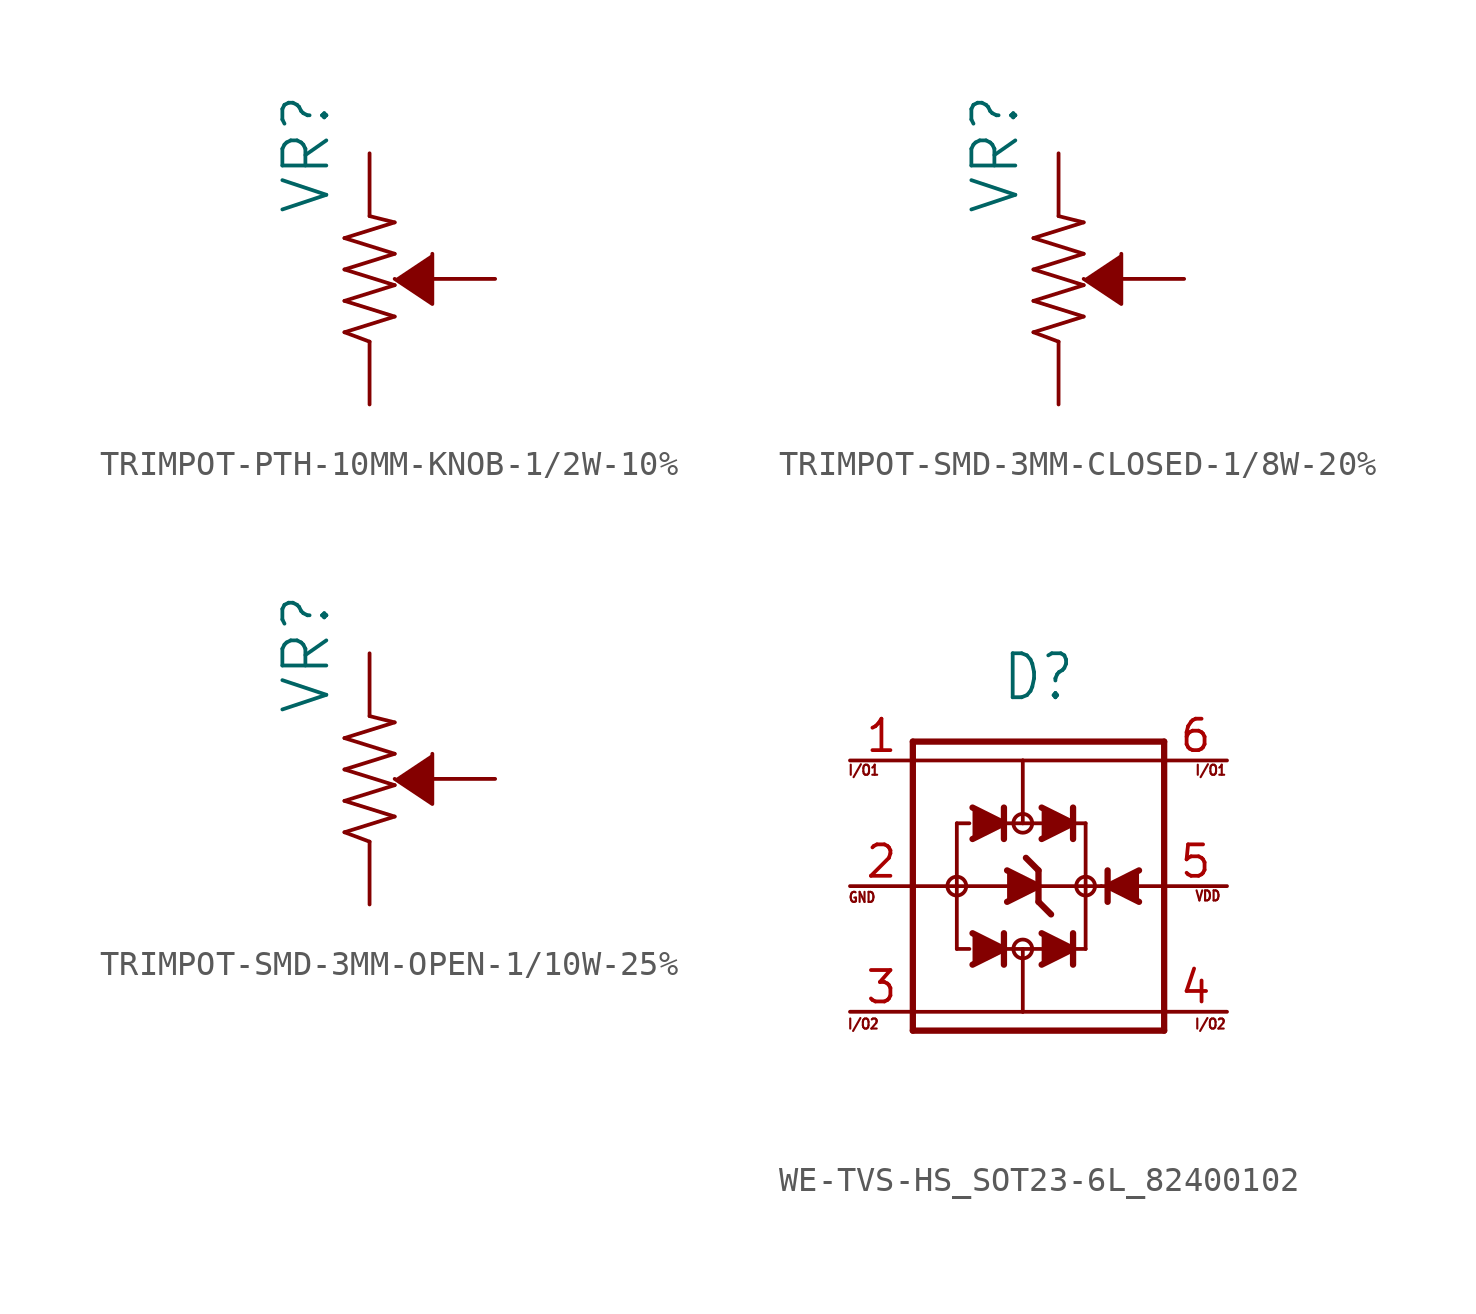
<source format=kicad_sym>
(kicad_symbol_lib
  (version 20220914)
  (generator kicad_symbol_editor)
  (symbol "TRIMPOT-PTH-10MM-KNOB-1/2W-10%"
    (property "Reference" "VR"
      (at -1.524 2.54 90)
      (effects (font (size 1.778 1.778)) (justify left bottom)))
    (property "Value" ""
      (at 1.524 2.54 90)
      (effects (font (size 1.778 1.778)) (justify left top)))
    (property "ki_locked" ""
      (at 0 0 0)
      (effects (font (size 1.27 1.27))))
    (symbol "TRIMPOT-PTH-10MM-KNOB-1/2W-10%_1_0"
      (polyline (pts (xy -1.016 -2.159) (xy 1.016 -1.524)) (stroke (width 0.152) (type solid)) (fill (type none)))
      (polyline (pts (xy -1.016 -0.889) (xy 1.016 -0.254)) (stroke (width 0.152) (type solid)) (fill (type none)))
      (polyline (pts (xy -1.016 0.381) (xy 1.016 1.016)) (stroke (width 0.152) (type solid)) (fill (type none)))
      (polyline (pts (xy -1.016 1.651) (xy 1.016 2.286)) (stroke (width 0.152) (type solid)) (fill (type none)))
      (polyline (pts (xy 0 -2.54) (xy -1.016 -2.159)) (stroke (width 0.152) (type solid)) (fill (type none)))
      (polyline (pts (xy 1.016 -1.524) (xy -1.016 -0.889)) (stroke (width 0.152) (type solid)) (fill (type none)))
      (polyline (pts (xy 1.016 -0.254) (xy -1.016 0.381)) (stroke (width 0.152) (type solid)) (fill (type none)))
      (polyline (pts (xy 1.016 1.016) (xy -1.016 1.651)) (stroke (width 0.152) (type solid)) (fill (type none)))
      (polyline (pts (xy 1.016 2.286) (xy 0 2.54)) (stroke (width 0.152) (type solid)) (fill (type none)))
      (polyline (pts (xy 1.016 0) (xy 2.54 -1.016) (xy 2.54 1.016)) (stroke (width 0.152) (type solid)) (fill (type outline)))
      (pin passive line (at 0 5.08 270) (length 2.54) (name "CCW" (effects (font (size 0 0)))) (number "1" (effects (font (size 0 0)))))
      (pin passive line (at 5.08 0 180) (length 2.54) (name "WIPER" (effects (font (size 0 0)))) (number "2" (effects (font (size 0 0)))))
      (pin passive line (at 0 -5.08 90) (length 2.54) (name "CW" (effects (font (size 0 0)))) (number "3" (effects (font (size 0 0)))))))
  (symbol "TRIMPOT-SMD-3MM-CLOSED-1/8W-20%"
    (property "Reference" "VR"
      (at -1.524 2.54 90)
      (effects (font (size 1.778 1.778)) (justify left bottom)))
    (property "Value" ""
      (at 1.524 2.54 90)
      (effects (font (size 1.778 1.778)) (justify left top)))
    (property "ki_locked" ""
      (at 0 0 0)
      (effects (font (size 1.27 1.27))))
    (symbol "TRIMPOT-SMD-3MM-CLOSED-1/8W-20%_1_0"
      (polyline (pts (xy -1.016 -2.159) (xy 1.016 -1.524)) (stroke (width 0.152) (type solid)) (fill (type none)))
      (polyline (pts (xy -1.016 -0.889) (xy 1.016 -0.254)) (stroke (width 0.152) (type solid)) (fill (type none)))
      (polyline (pts (xy -1.016 0.381) (xy 1.016 1.016)) (stroke (width 0.152) (type solid)) (fill (type none)))
      (polyline (pts (xy -1.016 1.651) (xy 1.016 2.286)) (stroke (width 0.152) (type solid)) (fill (type none)))
      (polyline (pts (xy 0 -2.54) (xy -1.016 -2.159)) (stroke (width 0.152) (type solid)) (fill (type none)))
      (polyline (pts (xy 1.016 -1.524) (xy -1.016 -0.889)) (stroke (width 0.152) (type solid)) (fill (type none)))
      (polyline (pts (xy 1.016 -0.254) (xy -1.016 0.381)) (stroke (width 0.152) (type solid)) (fill (type none)))
      (polyline (pts (xy 1.016 1.016) (xy -1.016 1.651)) (stroke (width 0.152) (type solid)) (fill (type none)))
      (polyline (pts (xy 1.016 2.286) (xy 0 2.54)) (stroke (width 0.152) (type solid)) (fill (type none)))
      (polyline (pts (xy 1.016 0) (xy 2.54 -1.016) (xy 2.54 1.016)) (stroke (width 0.152) (type solid)) (fill (type outline)))
      (pin passive line (at 0 5.08 270) (length 2.54) (name "CCW" (effects (font (size 0 0)))) (number "1" (effects (font (size 0 0)))))
      (pin passive line (at 5.08 0 180) (length 2.54) (name "WIPER" (effects (font (size 0 0)))) (number "2" (effects (font (size 0 0)))))
      (pin passive line (at 0 -5.08 90) (length 2.54) (name "CW" (effects (font (size 0 0)))) (number "3" (effects (font (size 0 0)))))))
  (symbol "TRIMPOT-SMD-3MM-OPEN-1/10W-25%"
    (property "Reference" "VR"
      (at -1.524 2.54 90)
      (effects (font (size 1.778 1.778)) (justify left bottom)))
    (property "Value" ""
      (at 1.524 2.54 90)
      (effects (font (size 1.778 1.778)) (justify left top)))
    (property "ki_locked" ""
      (at 0 0 0)
      (effects (font (size 1.27 1.27))))
    (symbol "TRIMPOT-SMD-3MM-OPEN-1/10W-25%_1_0"
      (polyline (pts (xy -1.016 -2.159) (xy 1.016 -1.524)) (stroke (width 0.152) (type solid)) (fill (type none)))
      (polyline (pts (xy -1.016 -0.889) (xy 1.016 -0.254)) (stroke (width 0.152) (type solid)) (fill (type none)))
      (polyline (pts (xy -1.016 0.381) (xy 1.016 1.016)) (stroke (width 0.152) (type solid)) (fill (type none)))
      (polyline (pts (xy -1.016 1.651) (xy 1.016 2.286)) (stroke (width 0.152) (type solid)) (fill (type none)))
      (polyline (pts (xy 0 -2.54) (xy -1.016 -2.159)) (stroke (width 0.152) (type solid)) (fill (type none)))
      (polyline (pts (xy 1.016 -1.524) (xy -1.016 -0.889)) (stroke (width 0.152) (type solid)) (fill (type none)))
      (polyline (pts (xy 1.016 -0.254) (xy -1.016 0.381)) (stroke (width 0.152) (type solid)) (fill (type none)))
      (polyline (pts (xy 1.016 1.016) (xy -1.016 1.651)) (stroke (width 0.152) (type solid)) (fill (type none)))
      (polyline (pts (xy 1.016 2.286) (xy 0 2.54)) (stroke (width 0.152) (type solid)) (fill (type none)))
      (polyline (pts (xy 1.016 0) (xy 2.54 -1.016) (xy 2.54 1.016)) (stroke (width 0.152) (type solid)) (fill (type outline)))
      (pin passive line (at 0 -5.08 90) (length 2.54) (name "CW" (effects (font (size 0 0)))) (number "1" (effects (font (size 0 0)))))
      (pin passive line (at 5.08 0 180) (length 2.54) (name "WIPER" (effects (font (size 0 0)))) (number "2" (effects (font (size 0 0)))))
      (pin passive line (at 0 5.08 270) (length 2.54) (name "CCW" (effects (font (size 0 0)))) (number "3" (effects (font (size 0 0)))))))
  (symbol "WE-TVS-HS_SOT23-6L_82400102"
    (property "Reference" "D"
      (at 0 7.41 0)
      (effects (font (size 1.778 1.511)) (justify bottom)))
    (property "Value" ""
      (at -5.08 -9.02 0)
      (effects (font (size 1.778 1.511)) (justify left bottom)))
    (property "ki_locked" ""
      (at 0 0 0)
      (effects (font (size 1.27 1.27))))
    (symbol "WE-TVS-HS_SOT23-6L_82400102_1_0"
      (circle (center -3.302 0) (radius 0.381) (stroke (width 0) (type solid)) (fill (type none)))
      (circle (center -0.635 -2.54) (radius 0.381) (stroke (width 0) (type solid)) (fill (type none)))
      (circle (center -0.635 2.54) (radius 0.381) (stroke (width 0) (type solid)) (fill (type none)))
      (polyline (pts (xy -5.08 -5.842) (xy -5.08 -5.08)) (stroke (width 0.254) (type solid)) (fill (type none)))
      (polyline (pts (xy -5.08 -5.08) (xy -5.08 0)) (stroke (width 0.254) (type solid)) (fill (type none)))
      (polyline (pts (xy -5.08 0) (xy -5.08 5.08)) (stroke (width 0.254) (type solid)) (fill (type none)))
      (polyline (pts (xy -5.08 5.08) (xy -5.08 5.842)) (stroke (width 0.254) (type solid)) (fill (type none)))
      (polyline (pts (xy -5.08 5.842) (xy 5.08 5.842)) (stroke (width 0.254) (type solid)) (fill (type none)))
      (polyline (pts (xy -3.302 2.54) (xy -3.302 -2.54)) (stroke (width 0.152) (type solid)) (fill (type none)))
      (polyline (pts (xy -2.794 -2.54) (xy -3.302 -2.54)) (stroke (width 0.152) (type solid)) (fill (type none)))
      (polyline (pts (xy -2.794 2.54) (xy -3.302 2.54)) (stroke (width 0.152) (type solid)) (fill (type none)))
      (polyline (pts (xy -1.397 -1.905) (xy -1.397 -3.175)) (stroke (width 0.254) (type solid)) (fill (type none)))
      (polyline (pts (xy -1.397 3.175) (xy -1.397 1.905)) (stroke (width 0.254) (type solid)) (fill (type none)))
      (polyline (pts (xy -1.27 0) (xy -5.08 0)) (stroke (width 0.152) (type solid)) (fill (type none)))
      (polyline (pts (xy -0.635 -5.08) (xy -5.08 -5.08)) (stroke (width 0.152) (type solid)) (fill (type none)))
      (polyline (pts (xy -0.635 -5.08) (xy 5.08 -5.08)) (stroke (width 0.152) (type solid)) (fill (type none)))
      (polyline (pts (xy -0.635 -2.54) (xy -1.524 -2.54)) (stroke (width 0.152) (type solid)) (fill (type none)))
      (polyline (pts (xy -0.635 -2.54) (xy -0.635 -5.08)) (stroke (width 0.152) (type solid)) (fill (type none)))
      (polyline (pts (xy -0.635 2.54) (xy -1.524 2.54)) (stroke (width 0.152) (type solid)) (fill (type none)))
      (polyline (pts (xy -0.635 5.08) (xy -5.08 5.08)) (stroke (width 0.152) (type solid)) (fill (type none)))
      (polyline (pts (xy -0.635 5.08) (xy -0.635 2.54)) (stroke (width 0.152) (type solid)) (fill (type none)))
      (polyline (pts (xy 0 -0.635) (xy 0.508 -1.143)) (stroke (width 0.254) (type solid)) (fill (type none)))
      (polyline (pts (xy 0 0) (xy 0 -0.635)) (stroke (width 0.254) (type solid)) (fill (type none)))
      (polyline (pts (xy 0 0.635) (xy -0.508 1.143)) (stroke (width 0.254) (type solid)) (fill (type none)))
      (polyline (pts (xy 0 0.635) (xy 0 0)) (stroke (width 0.254) (type solid)) (fill (type none)))
      (polyline (pts (xy 0.127 -2.54) (xy -0.635 -2.54)) (stroke (width 0.152) (type solid)) (fill (type none)))
      (polyline (pts (xy 0.127 2.54) (xy -0.635 2.54)) (stroke (width 0.152) (type solid)) (fill (type none)))
      (polyline (pts (xy 1.397 -2.54) (xy 1.397 -3.175)) (stroke (width 0.254) (type solid)) (fill (type none)))
      (polyline (pts (xy 1.397 -2.54) (xy 1.905 -2.54)) (stroke (width 0.152) (type solid)) (fill (type none)))
      (polyline (pts (xy 1.397 -1.905) (xy 1.397 -2.54)) (stroke (width 0.254) (type solid)) (fill (type none)))
      (polyline (pts (xy 1.397 2.54) (xy 1.397 1.905)) (stroke (width 0.254) (type solid)) (fill (type none)))
      (polyline (pts (xy 1.397 2.54) (xy 1.905 2.54)) (stroke (width 0.152) (type solid)) (fill (type none)))
      (polyline (pts (xy 1.397 3.175) (xy 1.397 2.54)) (stroke (width 0.254) (type solid)) (fill (type none)))
      (polyline (pts (xy 1.905 0) (xy 0 0)) (stroke (width 0.152) (type solid)) (fill (type none)))
      (polyline (pts (xy 1.905 0) (xy 1.905 -2.54)) (stroke (width 0.152) (type solid)) (fill (type none)))
      (polyline (pts (xy 1.905 2.54) (xy 1.905 0)) (stroke (width 0.152) (type solid)) (fill (type none)))
      (polyline (pts (xy 2.54 0) (xy 1.905 0)) (stroke (width 0.152) (type solid)) (fill (type none)))
      (polyline (pts (xy 2.794 -0.635) (xy 2.794 0.635)) (stroke (width 0.254) (type solid)) (fill (type none)))
      (polyline (pts (xy 2.921 0) (xy 2.54 0)) (stroke (width 0.152) (type solid)) (fill (type none)))
      (polyline (pts (xy 5.08 -5.842) (xy -5.08 -5.842)) (stroke (width 0.254) (type solid)) (fill (type none)))
      (polyline (pts (xy 5.08 -5.08) (xy 5.08 -5.842)) (stroke (width 0.254) (type solid)) (fill (type none)))
      (polyline (pts (xy 5.08 0) (xy 2.921 0)) (stroke (width 0.152) (type solid)) (fill (type none)))
      (polyline (pts (xy 5.08 0) (xy 5.08 -5.08)) (stroke (width 0.254) (type solid)) (fill (type none)))
      (polyline (pts (xy 5.08 5.08) (xy -0.635 5.08)) (stroke (width 0.152) (type solid)) (fill (type none)))
      (polyline (pts (xy 5.08 5.08) (xy 5.08 0)) (stroke (width 0.254) (type solid)) (fill (type none)))
      (polyline (pts (xy 5.08 5.842) (xy 5.08 5.08)) (stroke (width 0.254) (type solid)) (fill (type none)))
      (polyline (pts (xy -2.667 -1.905) (xy -1.397 -2.54) (xy -2.667 -3.175)) (stroke (width 0.254) (type solid)) (fill (type outline)))
      (polyline (pts (xy -2.667 3.175) (xy -1.397 2.54) (xy -2.667 1.905)) (stroke (width 0.254) (type solid)) (fill (type outline)))
      (polyline (pts (xy -1.27 0.635) (xy 0 0) (xy -1.27 -0.635)) (stroke (width 0.254) (type solid)) (fill (type outline)))
      (polyline (pts (xy 0.127 -1.905) (xy 1.397 -2.54) (xy 0.127 -3.175)) (stroke (width 0.254) (type solid)) (fill (type outline)))
      (polyline (pts (xy 0.127 3.175) (xy 1.397 2.54) (xy 0.127 1.905)) (stroke (width 0.254) (type solid)) (fill (type outline)))
      (polyline (pts (xy 4.064 -0.635) (xy 2.794 0) (xy 4.064 0.635)) (stroke (width 0.254) (type solid)) (fill (type outline)))
      (circle (center 1.905 0) (radius 0.381) (stroke (width 0) (type solid)) (fill (type none)))
      (text "GND" (at -6.55 -0.692 0) (effects (font (size 0.406 0.345)) (justify right bottom)))
      (text "I/O1" (at -6.4 4.448 0) (effects (font (size 0.406 0.345)) (justify right bottom)))
      (text "I/O1" (at 6.3 4.448 0) (effects (font (size 0.406 0.345)) (justify left bottom)))
      (text "I/O2" (at -6.42 -5.812 0) (effects (font (size 0.406 0.345)) (justify right bottom)))
      (text "I/O2" (at 6.28 -5.812 0) (effects (font (size 0.406 0.345)) (justify left bottom)))
      (text "VDD" (at 6.3 -0.632 0) (effects (font (size 0.406 0.345)) (justify left bottom)))
      (pin bidirectional line (at -7.62 5.08 0) (length 2.54) (name "I/O1" (effects (font (size 0 0)))) (number "1" (effects (font (size 1.27 1.27)))))
      (pin power_in line (at -7.62 0 0) (length 2.54) (name "GND" (effects (font (size 0 0)))) (number "2" (effects (font (size 1.27 1.27)))))
      (pin bidirectional line (at -7.62 -5.08 0) (length 2.54) (name "I/O2" (effects (font (size 0 0)))) (number "3" (effects (font (size 1.27 1.27)))))
      (pin bidirectional line (at 7.62 -5.08 180) (length 2.54) (name "I/O4" (effects (font (size 0 0)))) (number "4" (effects (font (size 1.27 1.27)))))
      (pin power_in line (at 7.62 0 180) (length 2.54) (name "VDD" (effects (font (size 0 0)))) (number "5" (effects (font (size 1.27 1.27)))))
      (pin bidirectional line (at 7.62 5.08 180) (length 2.54) (name "I/O3" (effects (font (size 0 0)))) (number "6" (effects (font (size 1.27 1.27))))))))
</source>
